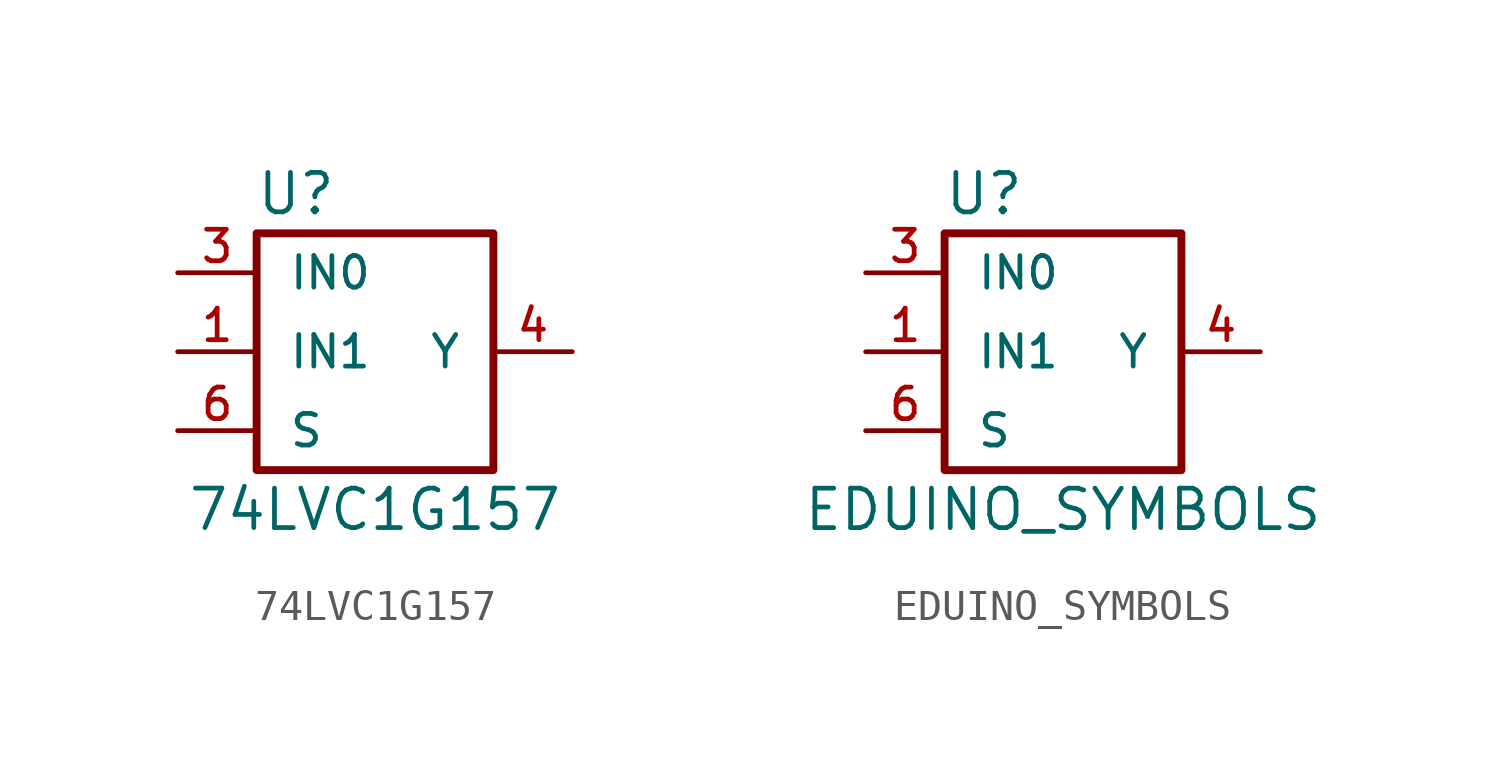
<source format=kicad_sym>
(kicad_symbol_lib
  (version 20201005)
  (generator kicad_symbol_editor)
  (symbol "74lvc1g157:74LVC1G157"
    (pin_names
      (offset 1.016))
    (property "Reference" "U"
      (at -2.54 5.08 0)
      (effects (font (size 1.27 1.27))))
    (property "Value" "74LVC1G157"
      (at 0 -5.08 0)
      (effects (font (size 1.27 1.27))))
    (symbol "74LVC1G157_0_1"
      (rectangle (start -3.81 3.81) (end 3.81 -3.81) (stroke (width 0.254)) (fill (type none))))
    (symbol "74LVC1G157_1_1"
      (pin input line (at -6.35 0 0) (length 2.54) (name "IN1" (effects (font (size 1.016 1.016)))) (number "1" (effects (font (size 1.016 1.016)))))
      (pin power_in line (at 0 -3.81 270) (length 0) hide (name "GND" (effects (font (size 1.016 1.016)))) (number "2" (effects (font (size 1.016 1.016)))))
      (pin input line (at -6.35 2.54 0) (length 2.54) (name "IN0" (effects (font (size 1.016 1.016)))) (number "3" (effects (font (size 1.016 1.016)))))
      (pin output line (at 6.35 0 180) (length 2.54) (name "Y" (effects (font (size 1.016 1.016)))) (number "4" (effects (font (size 1.016 1.016)))))
      (pin power_in line (at 0 3.81 90) (length 0) hide (name "VCC" (effects (font (size 1.016 1.016)))) (number "5" (effects (font (size 1.016 1.016)))))
      (pin input line (at -6.35 -2.54 0) (length 2.54) (name "S" (effects (font (size 1.016 1.016)))) (number "6" (effects (font (size 1.016 1.016)))))))
  (symbol "74lvc1g157:EDUINO_SYMBOLS"
    (pin_names
      (offset 1.016))
    (property "Reference" "U"
      (at -2.54 5.08 0)
      (effects (font (size 1.27 1.27))))
    (property "Value" "EDUINO_SYMBOLS"
      (at 0 -5.08 0)
      (effects (font (size 1.27 1.27))))
    (symbol "EDUINO_SYMBOLS_0_1"
      (rectangle (start -3.81 3.81) (end 3.81 -3.81) (stroke (width 0.254)) (fill (type none))))
    (symbol "EDUINO_SYMBOLS_1_1"
      (pin input line (at -6.35 0 0) (length 2.54) (name "IN1" (effects (font (size 1.016 1.016)))) (number "1" (effects (font (size 1.016 1.016)))))
      (pin power_in line (at 0 -3.81 270) (length 0) hide (name "GND" (effects (font (size 1.016 1.016)))) (number "2" (effects (font (size 1.016 1.016)))))
      (pin input line (at -6.35 2.54 0) (length 2.54) (name "IN0" (effects (font (size 1.016 1.016)))) (number "3" (effects (font (size 1.016 1.016)))))
      (pin output line (at 6.35 0 180) (length 2.54) (name "Y" (effects (font (size 1.016 1.016)))) (number "4" (effects (font (size 1.016 1.016)))))
      (pin power_in line (at 0 3.81 90) (length 0) hide (name "VCC" (effects (font (size 1.016 1.016)))) (number "5" (effects (font (size 1.016 1.016)))))
      (pin input line (at -6.35 -2.54 0) (length 2.54) (name "S" (effects (font (size 1.016 1.016)))) (number "6" (effects (font (size 1.016 1.016))))))))
</source>
